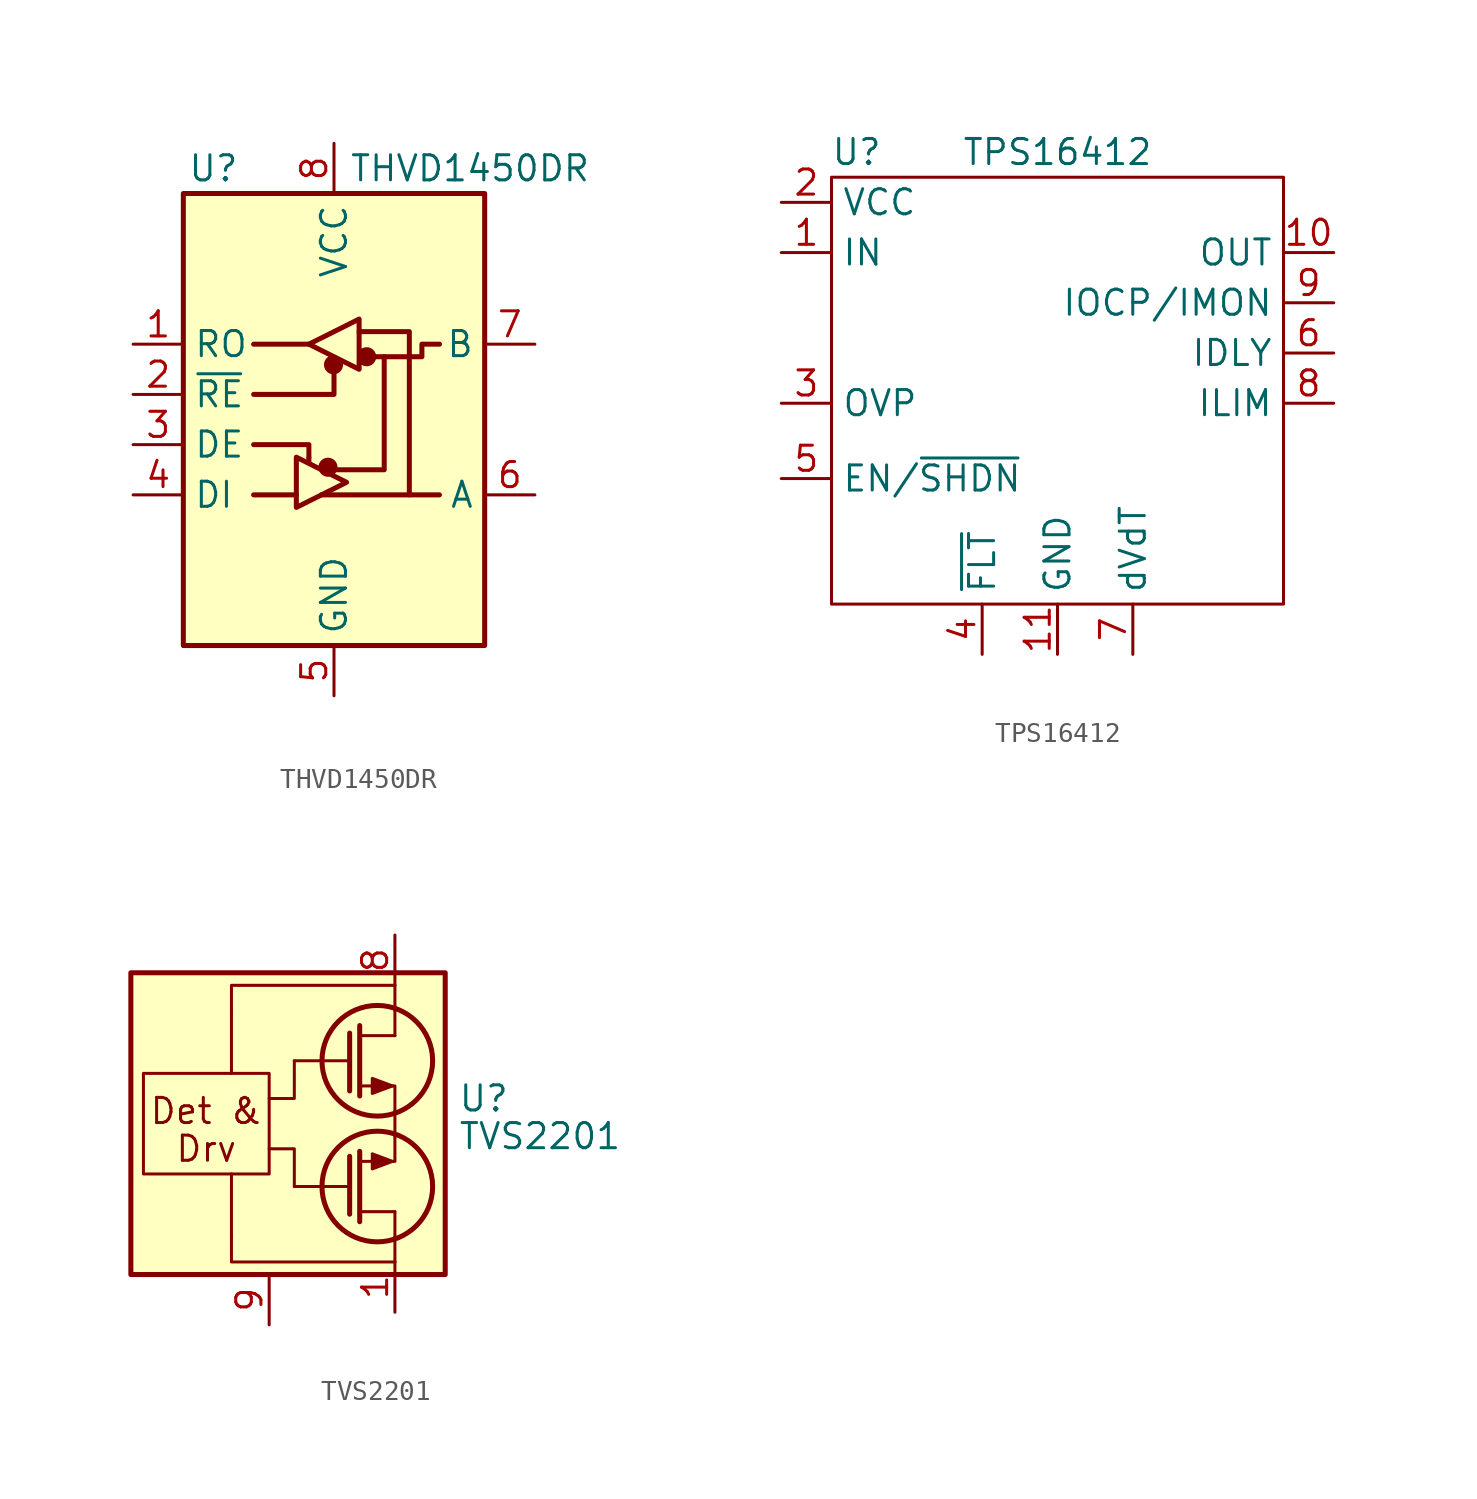
<source format=kicad_sym>
(kicad_symbol_lib
  (version 20231120)
  (generator "kicad_symbol_editor")
  (generator_version "8.0")
  (symbol "THVD1450DR"
    (property "Reference" "U"
      (at -6.096 11.43 0)
      (effects (font (size 1.27 1.27))))
    (property "Value" "THVD1450DR"
      (at 0.762 11.43 0)
      (effects (font (size 1.27 1.27)) (justify left)))
    (symbol "THVD1450DR_0_1"
      (rectangle (start -7.62 10.16) (end 7.62 -12.7) (stroke (width 0.254) (type default)) (fill (type background)))
      (circle (center -0.305 -3.683) (radius 0.356) (stroke (width 0.254) (type default)) (fill (type outline)))
      (circle (center -0.025 1.499) (radius 0.356) (stroke (width 0.254) (type default)) (fill (type outline)))
      (polyline (pts (xy -4.064 -5.08) (xy -1.905 -5.08)) (stroke (width 0.254) (type default)) (fill (type none)))
      (polyline (pts (xy -4.064 2.54) (xy -1.27 2.54)) (stroke (width 0.254) (type default)) (fill (type none)))
      (polyline (pts (xy -1.27 -3.2) (xy -1.27 -3.454)) (stroke (width 0.254) (type default)) (fill (type none)))
      (polyline (pts (xy -0.635 -5.08) (xy 5.334 -5.08)) (stroke (width 0.254) (type default)) (fill (type none)))
      (polyline (pts (xy -4.064 -2.54) (xy -1.27 -2.54) (xy -1.27 -3.175)) (stroke (width 0.254) (type default)) (fill (type none)))
      (polyline (pts (xy 0 1.27) (xy 0 0) (xy -4.064 0)) (stroke (width 0.254) (type default)) (fill (type none)))
      (polyline (pts (xy 1.27 3.175) (xy 3.81 3.175) (xy 3.81 -5.08)) (stroke (width 0.254) (type default)) (fill (type none)))
      (polyline (pts (xy 2.54 1.905) (xy 2.54 -3.81) (xy 0 -3.81)) (stroke (width 0.254) (type default)) (fill (type none)))
      (polyline (pts (xy -1.905 -3.175) (xy -1.905 -5.715) (xy 0.635 -4.445) (xy -1.905 -3.175)) (stroke (width 0.254) (type default)) (fill (type none)))
      (polyline (pts (xy -1.27 2.54) (xy 1.27 3.81) (xy 1.27 1.27) (xy -1.27 2.54)) (stroke (width 0.254) (type default)) (fill (type none)))
      (polyline (pts (xy 1.905 1.905) (xy 4.445 1.905) (xy 4.445 2.54) (xy 5.334 2.54)) (stroke (width 0.254) (type default)) (fill (type none)))
      (rectangle (start 1.27 3.175) (end 1.27 3.175) (stroke (width 0) (type default)) (fill (type none)))
      (circle (center 1.651 1.905) (radius 0.356) (stroke (width 0.254) (type default)) (fill (type outline))))
    (symbol "THVD1450DR_1_1"
      (pin output line (at -10.16 2.54 0) (length 2.54) (name "RO" (effects (font (size 1.27 1.27)))) (number "1" (effects (font (size 1.27 1.27)))))
      (pin input line (at -10.16 0 0) (length 2.54) (name "~{RE}" (effects (font (size 1.27 1.27)))) (number "2" (effects (font (size 1.27 1.27)))))
      (pin input line (at -10.16 -2.54 0) (length 2.54) (name "DE" (effects (font (size 1.27 1.27)))) (number "3" (effects (font (size 1.27 1.27)))))
      (pin input line (at -10.16 -5.08 0) (length 2.54) (name "DI" (effects (font (size 1.27 1.27)))) (number "4" (effects (font (size 1.27 1.27)))))
      (pin power_in line (at 0 -15.24 90) (length 2.54) (name "GND" (effects (font (size 1.27 1.27)))) (number "5" (effects (font (size 1.27 1.27)))))
      (pin bidirectional line (at 10.16 -5.08 180) (length 2.54) (name "A" (effects (font (size 1.27 1.27)))) (number "6" (effects (font (size 1.27 1.27)))))
      (pin bidirectional line (at 10.16 2.54 180) (length 2.54) (name "B" (effects (font (size 1.27 1.27)))) (number "7" (effects (font (size 1.27 1.27)))))
      (pin power_in line (at 0 12.7 270) (length 2.54) (name "VCC" (effects (font (size 1.27 1.27)))) (number "8" (effects (font (size 1.27 1.27)))))))
  (symbol "TPS16412"
    (property "Reference" "U"
      (at -10.16 8.89 0)
      (effects (font (size 1.27 1.27))))
    (property "Value" "TPS16412"
      (at 0 8.89 0)
      (effects (font (size 1.27 1.27))))
    (symbol "TPS16412_0_1"
      (rectangle (start -11.43 7.62) (end 11.43 -13.97) (stroke (width 0) (type default)) (fill (type none))))
    (symbol "TPS16412_1_1"
      (pin passive line (at -13.97 3.81 0) (length 2.54) (name "IN" (effects (font (size 1.27 1.27)))) (number "1" (effects (font (size 1.27 1.27)))))
      (pin passive line (at 13.97 3.81 180) (length 2.54) (name "OUT" (effects (font (size 1.27 1.27)))) (number "10" (effects (font (size 1.27 1.27)))))
      (pin passive line (at 0 -16.51 90) (length 2.54) (name "GND" (effects (font (size 1.27 1.27)))) (number "11" (effects (font (size 1.27 1.27)))))
      (pin passive line (at -13.97 6.35 0) (length 2.54) (name "VCC" (effects (font (size 1.27 1.27)))) (number "2" (effects (font (size 1.27 1.27)))))
      (pin input line (at -13.97 -3.81 0) (length 2.54) (name "OVP" (effects (font (size 1.27 1.27)))) (number "3" (effects (font (size 1.27 1.27)))))
      (pin output line (at -3.81 -16.51 90) (length 2.54) (name "~{FLT}" (effects (font (size 1.27 1.27)))) (number "4" (effects (font (size 1.27 1.27)))))
      (pin input line (at -13.97 -7.62 0) (length 2.54) (name "EN/~{SHDN}" (effects (font (size 1.27 1.27)))) (number "5" (effects (font (size 1.27 1.27)))))
      (pin passive line (at 13.97 -1.27 180) (length 2.54) (name "IDLY" (effects (font (size 1.27 1.27)))) (number "6" (effects (font (size 1.27 1.27)))))
      (pin passive line (at 3.81 -16.51 90) (length 2.54) (name "dVdT" (effects (font (size 1.27 1.27)))) (number "7" (effects (font (size 1.27 1.27)))))
      (pin passive line (at 13.97 -3.81 180) (length 2.54) (name "ILIM" (effects (font (size 1.27 1.27)))) (number "8" (effects (font (size 1.27 1.27)))))
      (pin passive line (at 13.97 1.27 180) (length 2.54) (name "IOCP/IMON" (effects (font (size 1.27 1.27)))) (number "9" (effects (font (size 1.27 1.27)))))))
  (symbol "TVS2201"
    (pin_names
      (offset 0) hide)
    (property "Reference" "U"
      (at 3.175 -1.905 0)
      (effects (font (size 1.27 1.27)) (justify left)))
    (property "Value" "TVS2201"
      (at 3.175 -3.81 0)
      (effects (font (size 1.27 1.27)) (justify left)))
    (symbol "TVS2201_0_0"
      (rectangle (start -13.335 4.445) (end 2.54 -10.795) (stroke (width 0.254) (type solid)) (fill (type background)))
      (rectangle (start -12.7 -0.635) (end -6.35 -5.715) (stroke (width 0) (type solid)) (fill (type none)))
      (polyline (pts (xy -8.255 -8.89) (xy -8.255 -5.715)) (stroke (width 0) (type solid)) (fill (type none)))
      (polyline (pts (xy -8.255 2.54) (xy -8.255 -0.635)) (stroke (width 0) (type solid)) (fill (type none)))
      (polyline (pts (xy 0 -3.81) (xy 0 -2.54)) (stroke (width 0) (type solid)) (fill (type none)))
      (polyline (pts (xy 0 1.27) (xy -1.778 1.27)) (stroke (width 0) (type solid)) (fill (type none)))
      (polyline (pts (xy 0 2.54) (xy 0 3.81)) (stroke (width 0) (type solid)) (fill (type none)))
      (polyline (pts (xy -8.255 2.54) (xy -8.255 3.81) (xy 0 3.81)) (stroke (width 0) (type solid)) (fill (type none)))
      (polyline (pts (xy -5.08 0) (xy -5.08 -1.905) (xy -6.35 -1.905)) (stroke (width 0) (type solid)) (fill (type none)))
      (text "Det &" (at -9.525 -2.54 0) (effects (font (size 1.27 1.27))))
      (text "Drv" (at -9.525 -4.445 0) (effects (font (size 1.27 1.27)))))
    (symbol "TVS2201_0_1"
      (circle (center -0.889 0) (radius 2.794) (stroke (width 0.254) (type solid)) (fill (type none)))
      (polyline (pts (xy -2.286 0) (xy -5.08 0)) (stroke (width 0) (type solid)) (fill (type none)))
      (polyline (pts (xy -2.286 1.397) (xy -2.286 -1.524)) (stroke (width 0.254) (type solid)) (fill (type none)))
      (polyline (pts (xy -1.778 1.778) (xy -1.778 -1.778)) (stroke (width 0.254) (type solid)) (fill (type none)))
      (polyline (pts (xy 0 2.54) (xy 0 1.27)) (stroke (width 0) (type solid)) (fill (type none)))
      (polyline (pts (xy 0 -2.54) (xy 0 -1.27) (xy -1.778 -1.27)) (stroke (width 0) (type solid)) (fill (type none)))
      (polyline (pts (xy -0.127 -1.27) (xy -1.143 -1.651) (xy -1.143 -0.889) (xy -0.127 -1.27)) (stroke (width 0) (type solid)) (fill (type outline))))
    (symbol "TVS2201_1_1"
      (circle (center -0.889 -6.35) (radius 2.794) (stroke (width 0.254) (type solid)) (fill (type none)))
      (polyline (pts (xy -2.286 -7.747) (xy -2.286 -4.826)) (stroke (width 0.254) (type solid)) (fill (type none)))
      (polyline (pts (xy -2.286 -6.35) (xy -5.08 -6.35)) (stroke (width 0) (type solid)) (fill (type none)))
      (polyline (pts (xy -1.778 -8.128) (xy -1.778 -4.572)) (stroke (width 0.254) (type solid)) (fill (type none)))
      (polyline (pts (xy 0 -8.89) (xy 0 -10.16)) (stroke (width 0) (type solid)) (fill (type none)))
      (polyline (pts (xy 0 -8.89) (xy 0 -7.62)) (stroke (width 0) (type solid)) (fill (type none)))
      (polyline (pts (xy 0 -7.62) (xy -1.778 -7.62)) (stroke (width 0) (type solid)) (fill (type none)))
      (polyline (pts (xy -8.255 -8.89) (xy -8.255 -10.16) (xy 0 -10.16)) (stroke (width 0) (type solid)) (fill (type none)))
      (polyline (pts (xy -5.08 -6.35) (xy -5.08 -4.445) (xy -6.35 -4.445)) (stroke (width 0) (type solid)) (fill (type none)))
      (polyline (pts (xy 0 -3.81) (xy 0 -5.08) (xy -1.778 -5.08)) (stroke (width 0) (type solid)) (fill (type none)))
      (polyline (pts (xy -0.127 -5.08) (xy -1.143 -4.699) (xy -1.143 -5.461) (xy -0.127 -5.08)) (stroke (width 0) (type solid)) (fill (type outline)))
      (pin passive line (at 0 -12.7 90) (length 2.54) (name "GND" (effects (font (size 1.27 1.27)))) (number "1" (effects (font (size 1.27 1.27)))))
      (pin passive line (at 0 -12.7 90) (length 2.54) hide (name "GND" (effects (font (size 1.27 1.27)))) (number "2" (effects (font (size 1.27 1.27)))))
      (pin passive line (at 0 -12.7 90) (length 2.54) hide (name "GND" (effects (font (size 1.27 1.27)))) (number "3" (effects (font (size 1.27 1.27)))))
      (pin passive line (at 0 -12.7 90) (length 2.54) hide (name "GND" (effects (font (size 1.27 1.27)))) (number "4" (effects (font (size 1.27 1.27)))))
      (pin passive line (at 0 6.35 270) (length 2.54) hide (name "IN" (effects (font (size 1.27 1.27)))) (number "5" (effects (font (size 1.27 1.27)))))
      (pin passive line (at 0 6.35 270) (length 2.54) hide (name "IN" (effects (font (size 1.27 1.27)))) (number "6" (effects (font (size 1.27 1.27)))))
      (pin passive line (at 0 6.35 270) (length 2.54) hide (name "IN" (effects (font (size 1.27 1.27)))) (number "7" (effects (font (size 1.27 1.27)))))
      (pin passive line (at 0 6.35 270) (length 2.54) (name "IN" (effects (font (size 1.27 1.27)))) (number "8" (effects (font (size 1.27 1.27)))))
      (pin passive line (at -6.35 -13.335 90) (length 2.54) (name "EP" (effects (font (size 1.27 1.27)))) (number "9" (effects (font (size 1.27 1.27))))))))
</source>
